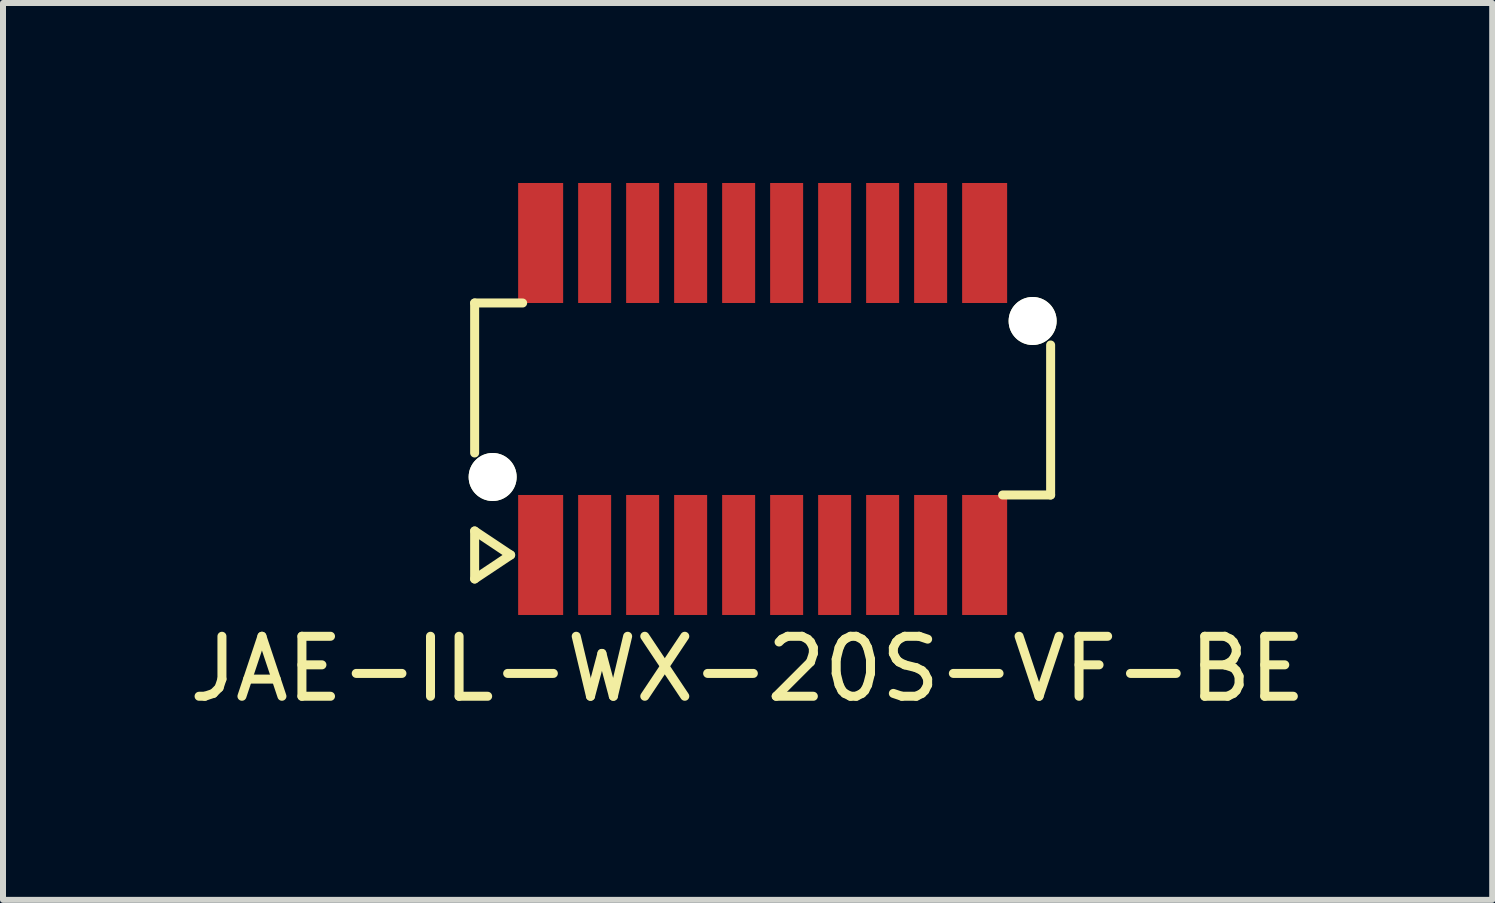
<source format=kicad_pcb>
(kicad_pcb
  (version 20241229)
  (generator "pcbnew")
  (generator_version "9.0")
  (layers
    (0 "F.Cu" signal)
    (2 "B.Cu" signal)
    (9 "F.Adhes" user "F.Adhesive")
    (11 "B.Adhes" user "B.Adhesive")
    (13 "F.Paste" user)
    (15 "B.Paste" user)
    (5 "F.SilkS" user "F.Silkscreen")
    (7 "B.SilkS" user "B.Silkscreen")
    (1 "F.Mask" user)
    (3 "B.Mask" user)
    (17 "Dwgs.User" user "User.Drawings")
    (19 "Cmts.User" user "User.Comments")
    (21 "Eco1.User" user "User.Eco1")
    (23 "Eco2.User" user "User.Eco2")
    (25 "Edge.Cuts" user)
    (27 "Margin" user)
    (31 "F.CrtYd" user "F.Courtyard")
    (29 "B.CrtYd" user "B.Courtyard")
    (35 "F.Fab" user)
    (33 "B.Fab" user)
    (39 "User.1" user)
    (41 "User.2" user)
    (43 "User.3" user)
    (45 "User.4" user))
  (footprint "JAE-IL-WX-20S-VF-BE"
    (layer "F.Cu")
    (at 9.661 3.6)
    (property "Reference" "JAE-IL-WX-20S-VF-BE" (at -0.25 4.5 0) (layer "F.SilkS") (effects (font (size 1 1) (thickness 0.15))))
    (attr through_hole)
    (fp_line (start -4.8 -1.6) (end -4.8 0.9) (stroke (width 0.15) (type solid)) (layer "F.SilkS"))
    (fp_line (start -4.8 -1.6) (end -4 -1.6) (stroke (width 0.15) (type solid)) (layer "F.SilkS"))
    (fp_line (start -4.8 2.2) (end -4.8 3) (stroke (width 0.15) (type solid)) (layer "F.SilkS"))
    (fp_line (start -4.8 3) (end -4.2 2.6) (stroke (width 0.15) (type solid)) (layer "F.SilkS"))
    (fp_line (start -4.2 2.6) (end -4.8 2.2) (stroke (width 0.15) (type solid)) (layer "F.SilkS"))
    (fp_line (start 4.8 1.6) (end 4 1.6) (stroke (width 0.15) (type solid)) (layer "F.SilkS"))
    (fp_line (start 4.8 1.6) (end 4.8 -0.9) (stroke (width 0.15) (type solid)) (layer "F.SilkS"))
    (pad "" np_thru_hole circle (at -4.5 1.3) (size 0.8 0.8) (drill 0.8) (layers "*.Cu" "*.Mask" "F.SilkS"))
    (pad "" np_thru_hole circle (at 4.5 -1.3) (size 0.8 0.8) (drill 0.8) (layers "*.Cu" "*.Mask" "F.SilkS"))
    (pad "1" smd rect (at -3.7 2.6) (size 0.75 2) (layers "F.Cu" "F.Mask" "F.Paste"))
    (pad "2" smd rect (at -2.8 2.6) (size 0.55 2) (layers "F.Cu" "F.Mask" "F.Paste"))
    (pad "3" smd rect (at -2 2.6) (size 0.55 2) (layers "F.Cu" "F.Mask" "F.Paste"))
    (pad "4" smd rect (at -1.2 2.6) (size 0.55 2) (layers "F.Cu" "F.Mask" "F.Paste"))
    (pad "5" smd rect (at -0.4 2.6) (size 0.55 2) (layers "F.Cu" "F.Mask" "F.Paste"))
    (pad "6" smd rect (at 0.4 2.6) (size 0.55 2) (layers "F.Cu" "F.Mask" "F.Paste"))
    (pad "7" smd rect (at 1.2 2.6) (size 0.55 2) (layers "F.Cu" "F.Mask" "F.Paste"))
    (pad "8" smd rect (at 2 2.6) (size 0.55 2) (layers "F.Cu" "F.Mask" "F.Paste"))
    (pad "9" smd rect (at 2.8 2.6) (size 0.55 2) (layers "F.Cu" "F.Mask" "F.Paste"))
    (pad "10" smd rect (at 3.7 2.6) (size 0.75 2) (layers "F.Cu" "F.Mask" "F.Paste"))
    (pad "11" smd rect (at 3.7 -2.6) (size 0.75 2) (layers "F.Cu" "F.Mask" "F.Paste"))
    (pad "12" smd rect (at 2.8 -2.6) (size 0.55 2) (layers "F.Cu" "F.Mask" "F.Paste"))
    (pad "13" smd rect (at 2 -2.6) (size 0.55 2) (layers "F.Cu" "F.Mask" "F.Paste"))
    (pad "14" smd rect (at 1.2 -2.6) (size 0.55 2) (layers "F.Cu" "F.Mask" "F.Paste"))
    (pad "15" smd rect (at 0.4 -2.6) (size 0.55 2) (layers "F.Cu" "F.Mask" "F.Paste"))
    (pad "16" smd rect (at -0.4 -2.6) (size 0.55 2) (layers "F.Cu" "F.Mask" "F.Paste"))
    (pad "17" smd rect (at -1.2 -2.6) (size 0.55 2) (layers "F.Cu" "F.Mask" "F.Paste"))
    (pad "18" smd rect (at -2 -2.6) (size 0.55 2) (layers "F.Cu" "F.Mask" "F.Paste"))
    (pad "19" smd rect (at -2.8 -2.6) (size 0.55 2) (layers "F.Cu" "F.Mask" "F.Paste"))
    (pad "20" smd rect (at -3.7 -2.6) (size 0.75 2) (layers "F.Cu" "F.Mask" "F.Paste")))
  (gr_rect
    (start -3 -3)
    (end 21.821 11.948)
    (stroke (width 0.1) (type default))
    (fill no)
    (layer "Edge.Cuts")))
</source>
